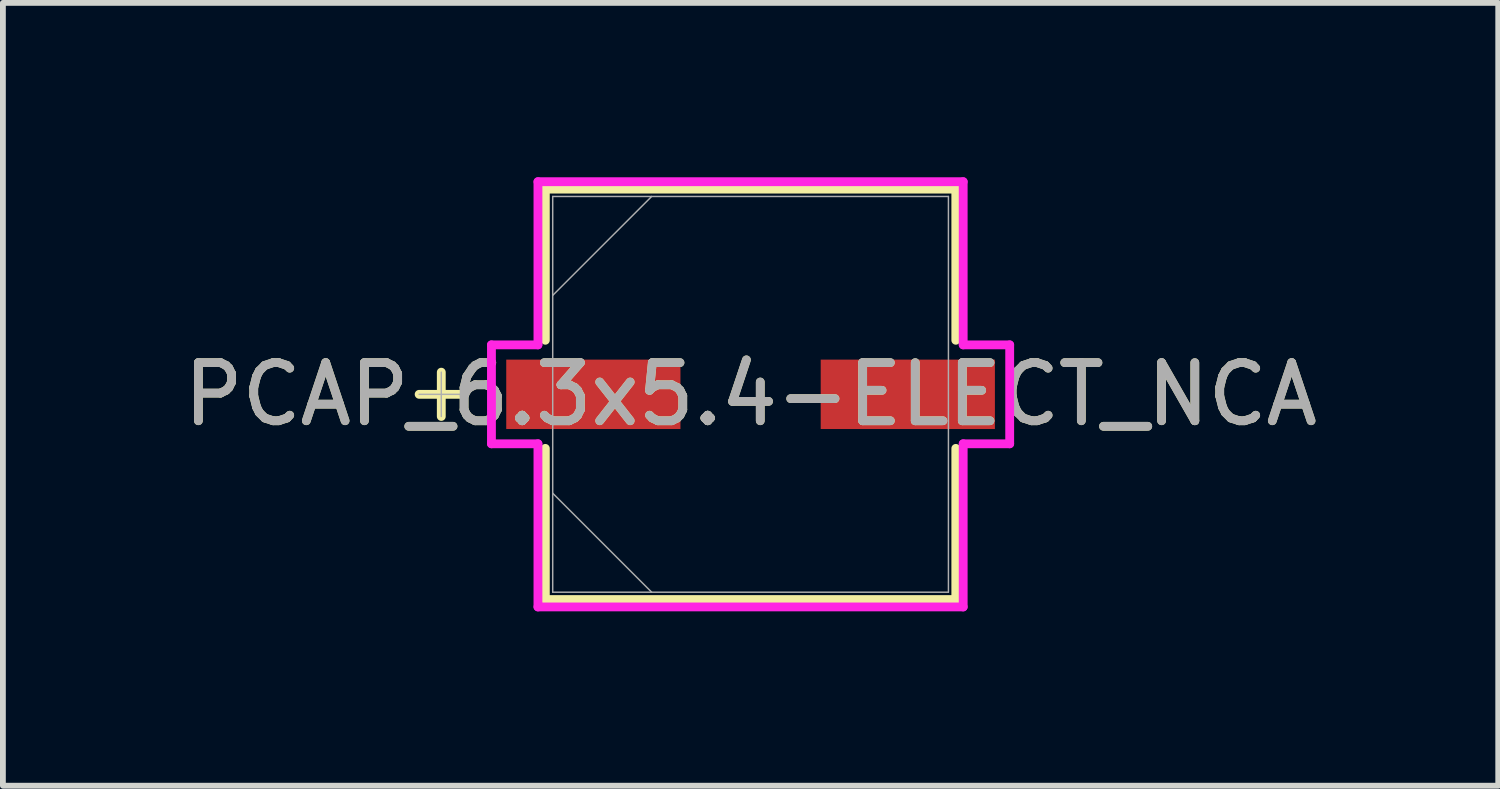
<source format=kicad_pcb>
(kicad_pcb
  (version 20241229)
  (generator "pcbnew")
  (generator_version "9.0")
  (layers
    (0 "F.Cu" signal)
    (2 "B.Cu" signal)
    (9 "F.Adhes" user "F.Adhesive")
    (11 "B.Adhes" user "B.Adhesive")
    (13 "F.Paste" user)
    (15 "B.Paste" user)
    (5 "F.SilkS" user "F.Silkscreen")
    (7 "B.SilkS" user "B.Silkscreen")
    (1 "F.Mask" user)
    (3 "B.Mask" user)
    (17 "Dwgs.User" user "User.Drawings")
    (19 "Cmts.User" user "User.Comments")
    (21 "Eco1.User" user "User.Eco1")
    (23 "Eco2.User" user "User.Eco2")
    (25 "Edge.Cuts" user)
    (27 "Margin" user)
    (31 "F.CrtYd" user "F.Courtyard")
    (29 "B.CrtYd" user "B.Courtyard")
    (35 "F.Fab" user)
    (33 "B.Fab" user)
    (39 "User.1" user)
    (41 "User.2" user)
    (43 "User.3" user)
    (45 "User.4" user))
  (footprint "PCAP_6.3x5.4-ELECT_NCA"
    (layer "F.Cu")
    (at 9.863 3.734)
    (property "Reference" "PCAP_6.3x5.4-ELECT_NCA" (at 0 0 0) (unlocked yes) (layer "F.SilkS") (effects (font (size 1 1) (thickness 0.15))))
    (attr smd)
    (fp_line (start -5.321 -0.381) (end -5.321 0.381) (stroke (width 0.152) (type solid)) (layer "F.SilkS"))
    (fp_line (start -4.94 0) (end -5.702 0) (stroke (width 0.152) (type solid)) (layer "F.SilkS"))
    (fp_line (start -3.531 -3.531) (end -3.531 -0.93) (stroke (width 0.152) (type solid)) (layer "F.SilkS"))
    (fp_line (start -3.531 0.93) (end -3.531 3.531) (stroke (width 0.152) (type solid)) (layer "F.SilkS"))
    (fp_line (start -3.531 3.531) (end 3.531 3.531) (stroke (width 0.152) (type solid)) (layer "F.SilkS"))
    (fp_line (start 3.531 -3.531) (end -3.531 -3.531) (stroke (width 0.152) (type solid)) (layer "F.SilkS"))
    (fp_line (start 3.531 -0.93) (end 3.531 -3.531) (stroke (width 0.152) (type solid)) (layer "F.SilkS"))
    (fp_line (start 3.531 3.531) (end 3.531 0.93) (stroke (width 0.152) (type solid)) (layer "F.SilkS"))
    (fp_line (start -4.458 -0.851) (end -3.658 -0.851) (stroke (width 0.152) (type solid)) (layer "F.CrtYd"))
    (fp_line (start -4.458 0.851) (end -4.458 -0.851) (stroke (width 0.152) (type solid)) (layer "F.CrtYd"))
    (fp_line (start -3.658 -3.658) (end 3.658 -3.658) (stroke (width 0.152) (type solid)) (layer "F.CrtYd"))
    (fp_line (start -3.658 -0.851) (end -3.658 -3.658) (stroke (width 0.152) (type solid)) (layer "F.CrtYd"))
    (fp_line (start -3.658 0.851) (end -4.458 0.851) (stroke (width 0.152) (type solid)) (layer "F.CrtYd"))
    (fp_line (start -3.658 3.658) (end -3.658 0.851) (stroke (width 0.152) (type solid)) (layer "F.CrtYd"))
    (fp_line (start 3.658 -3.658) (end 3.658 -0.851) (stroke (width 0.152) (type solid)) (layer "F.CrtYd"))
    (fp_line (start 3.658 -0.851) (end 4.458 -0.851) (stroke (width 0.152) (type solid)) (layer "F.CrtYd"))
    (fp_line (start 3.658 0.851) (end 3.658 3.658) (stroke (width 0.152) (type solid)) (layer "F.CrtYd"))
    (fp_line (start 3.658 3.658) (end -3.658 3.658) (stroke (width 0.152) (type solid)) (layer "F.CrtYd"))
    (fp_line (start 4.458 -0.851) (end 4.458 0.851) (stroke (width 0.152) (type solid)) (layer "F.CrtYd"))
    (fp_line (start 4.458 0.851) (end 3.658 0.851) (stroke (width 0.152) (type solid)) (layer "F.CrtYd"))
    (fp_line (start -5.321 -0.381) (end -5.321 0.381) (stroke (width 0.025) (type solid)) (layer "F.Fab"))
    (fp_line (start -4.94 0) (end -5.702 0) (stroke (width 0.025) (type solid)) (layer "F.Fab"))
    (fp_line (start -3.404 -3.404) (end -3.404 3.404) (stroke (width 0.025) (type solid)) (layer "F.Fab"))
    (fp_line (start -3.404 -1.702) (end -1.702 -3.404) (stroke (width 0.025) (type solid)) (layer "F.Fab"))
    (fp_line (start -3.404 1.702) (end -1.702 3.404) (stroke (width 0.025) (type solid)) (layer "F.Fab"))
    (fp_line (start -3.404 3.404) (end 3.404 3.404) (stroke (width 0.025) (type solid)) (layer "F.Fab"))
    (fp_line (start 3.404 -3.404) (end -3.404 -3.404) (stroke (width 0.025) (type solid)) (layer "F.Fab"))
    (fp_line (start 3.404 3.404) (end 3.404 -3.404) (stroke (width 0.025) (type solid)) (layer "F.Fab"))
    (fp_text user "${REFERENCE}" (at 0 0 0) (unlocked yes) (layer "F.Fab") (effects (font (size 1 1) (thickness 0.15))))
    (pad "1" smd rect (at -2.705 0) (size 2.997 1.194) (layers "F.Cu" "F.Mask" "F.Paste"))
    (pad "2" smd rect (at 2.705 0) (size 2.997 1.194) (layers "F.Cu" "F.Mask" "F.Paste"))
    (zone (net_name "") (layer "F.Cu") (hatch full 0.508) (connect_pads) (min_thickness 0.254) (filled_areas_thickness no) (keepout (tracks not_allowed) (vias not_allowed) (pads allowed) (copperpour not_allowed) (footprints allowed)) (placement (enabled no)) (fill) (polygon (pts (xy 6.51 0.381) (xy 13.216 0.381) (xy 13.216 3.086) (xy 6.51 3.086))))
    (zone (net_name "") (layer "F.Cu") (hatch full 0.508) (connect_pads) (min_thickness 0.254) (filled_areas_thickness no) (keepout (tracks not_allowed) (vias not_allowed) (pads allowed) (copperpour not_allowed) (footprints allowed)) (placement (enabled no)) (fill) (polygon (pts (xy 6.51 4.381) (xy 13.216 4.381) (xy 13.216 7.087) (xy 6.51 7.087))))
    (zone (net_name "") (layer "F.Cu") (hatch full 0.508) (connect_pads) (min_thickness 0.254) (filled_areas_thickness no) (keepout (tracks not_allowed) (vias not_allowed) (pads allowed) (copperpour not_allowed) (footprints allowed)) (placement (enabled no)) (fill) (polygon (pts (xy 8.707 3.086) (xy 11.019 3.086) (xy 11.019 4.381) (xy 8.707 4.381)))))
  (gr_rect
    (start -3 -3)
    (end 22.726 10.468)
    (stroke (width 0.1) (type default))
    (fill no)
    (layer "Edge.Cuts")))
</source>
